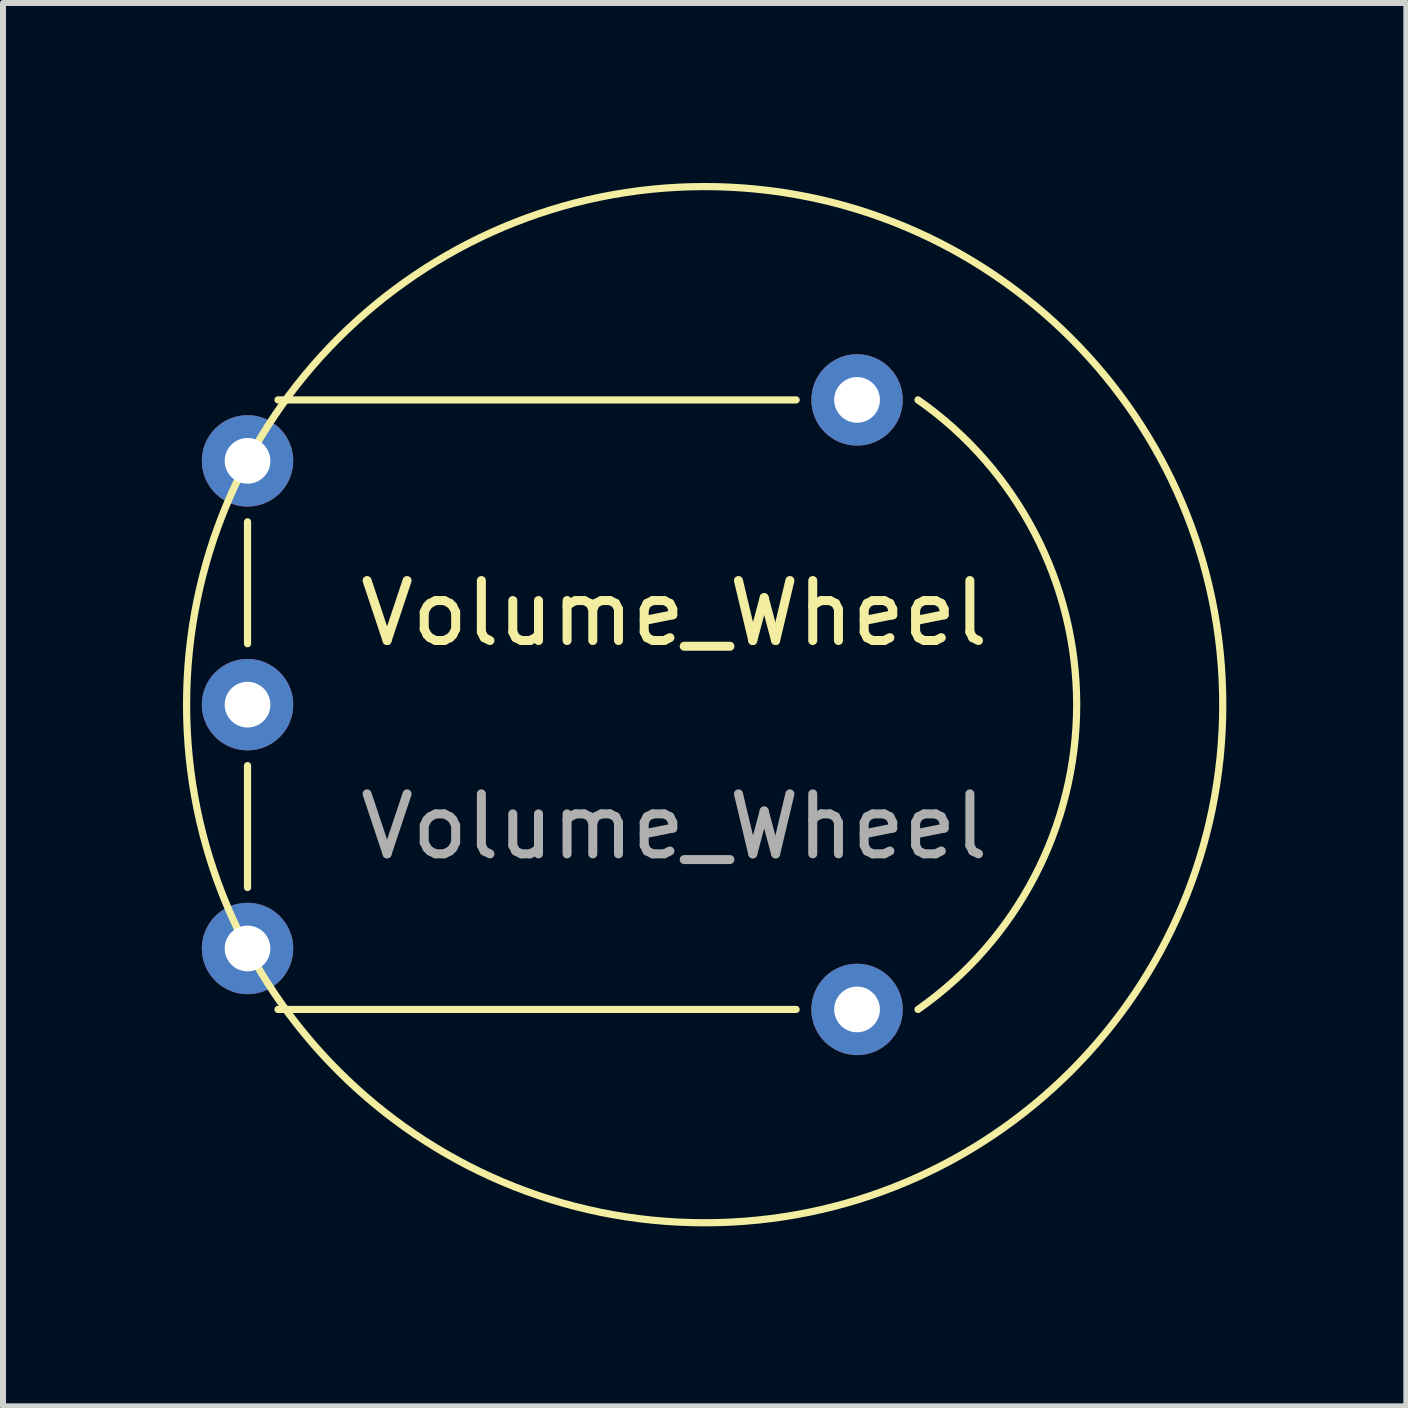
<source format=kicad_pcb>
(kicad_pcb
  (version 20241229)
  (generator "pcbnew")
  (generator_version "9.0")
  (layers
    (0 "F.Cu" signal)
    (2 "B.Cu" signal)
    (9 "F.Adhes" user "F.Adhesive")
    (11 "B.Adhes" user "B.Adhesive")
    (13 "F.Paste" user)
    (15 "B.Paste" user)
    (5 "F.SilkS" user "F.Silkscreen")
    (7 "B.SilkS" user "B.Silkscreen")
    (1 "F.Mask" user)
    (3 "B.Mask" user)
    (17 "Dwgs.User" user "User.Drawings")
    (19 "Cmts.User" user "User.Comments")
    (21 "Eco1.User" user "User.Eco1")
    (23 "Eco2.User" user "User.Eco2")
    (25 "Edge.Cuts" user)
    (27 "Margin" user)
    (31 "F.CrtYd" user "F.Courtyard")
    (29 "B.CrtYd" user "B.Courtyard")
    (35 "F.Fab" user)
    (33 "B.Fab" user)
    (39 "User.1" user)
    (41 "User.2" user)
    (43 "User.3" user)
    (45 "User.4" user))
  (footprint "Volume_Wheel"
    (layer "F.Cu")
    (at 8.696 8.696)
    (property "Reference" "Volume_Wheel" (at -0.508 -1.524 0) (unlocked yes) (layer "F.SilkS") (effects (font (size 1 1) (thickness 0.15))))
    (attr through_hole)
    (fp_line (start -7.62 -3.048) (end -7.62 -1.016) (stroke (width 0.12) (type solid)) (layer "F.SilkS"))
    (fp_line (start -7.62 1.016) (end -7.62 3.048) (stroke (width 0.12) (type solid)) (layer "F.SilkS"))
    (fp_line (start -7.112 -5.08) (end 1.524 -5.08) (stroke (width 0.12) (type solid)) (layer "F.SilkS"))
    (fp_line (start -7.112 5.08) (end 1.524 5.08) (stroke (width 0.12) (type solid)) (layer "F.SilkS"))
    (fp_arc (start 3.556 -5.08) (mid 6.20093 0) (end 3.556 5.08) (stroke (width 0.12) (type solid)) (layer "F.SilkS"))
    (fp_circle (center 0 0) (end -8.636 0) (stroke (width 0.12) (type solid)) (fill no) (layer "F.SilkS"))
    (fp_text user "${REFERENCE}" (at -0.508 2.032 0) (unlocked yes) (layer "F.Fab") (effects (font (size 1 1) (thickness 0.15))))
    (pad "1" thru_hole circle (at -7.62 -4.064) (size 1.524 1.524) (drill 0.762) (layers "*.Cu" "*.Mask"))
    (pad "2" thru_hole circle (at -7.62 0) (size 1.524 1.524) (drill 0.762) (layers "*.Cu" "*.Mask"))
    (pad "3" thru_hole circle (at -7.62 4.064) (size 1.524 1.524) (drill 0.762) (layers "*.Cu" "*.Mask"))
    (pad "4" thru_hole circle (at 2.54 -5.08) (size 1.524 1.524) (drill 0.762) (layers "*.Cu" "*.Mask"))
    (pad "5" thru_hole circle (at 2.54 5.08) (size 1.524 1.524) (drill 0.762) (layers "*.Cu" "*.Mask")))
  (gr_rect
    (start -3 -3)
    (end 20.392 20.392)
    (stroke (width 0.1) (type default))
    (fill no)
    (layer "Edge.Cuts")))
</source>
